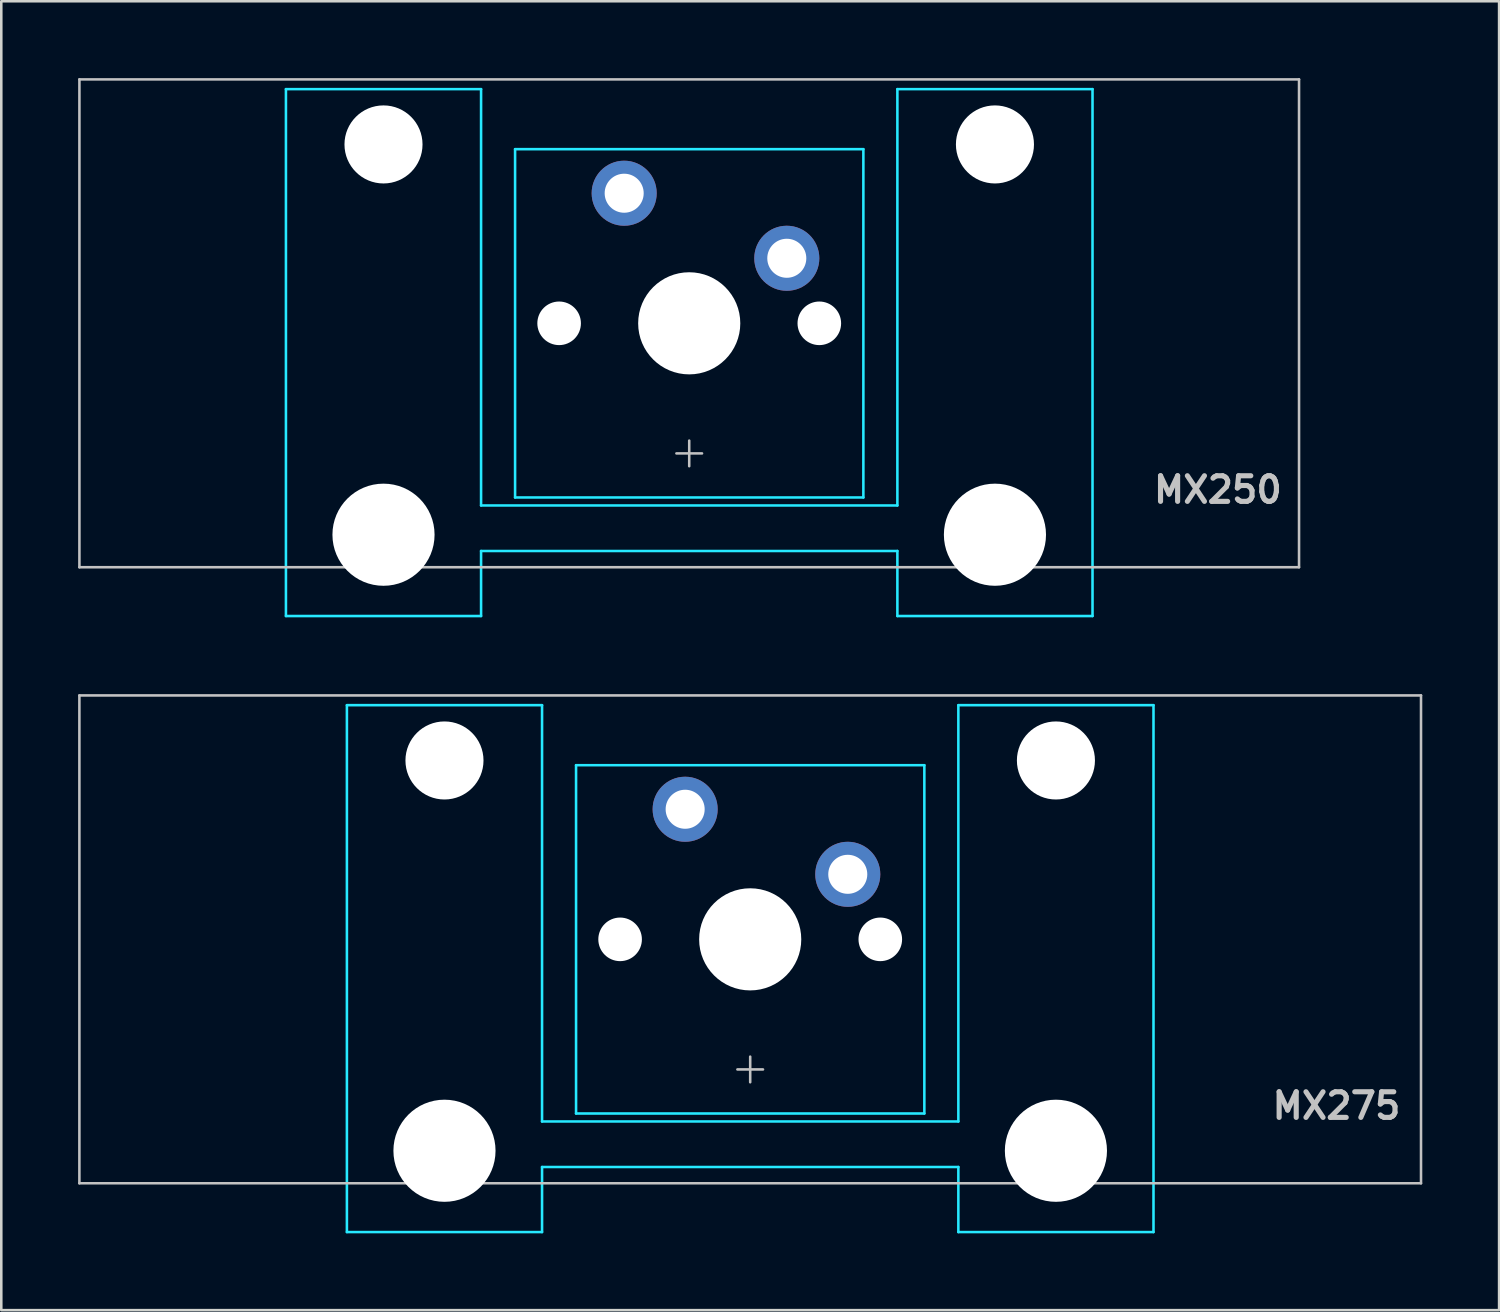
<source format=kicad_pcb>
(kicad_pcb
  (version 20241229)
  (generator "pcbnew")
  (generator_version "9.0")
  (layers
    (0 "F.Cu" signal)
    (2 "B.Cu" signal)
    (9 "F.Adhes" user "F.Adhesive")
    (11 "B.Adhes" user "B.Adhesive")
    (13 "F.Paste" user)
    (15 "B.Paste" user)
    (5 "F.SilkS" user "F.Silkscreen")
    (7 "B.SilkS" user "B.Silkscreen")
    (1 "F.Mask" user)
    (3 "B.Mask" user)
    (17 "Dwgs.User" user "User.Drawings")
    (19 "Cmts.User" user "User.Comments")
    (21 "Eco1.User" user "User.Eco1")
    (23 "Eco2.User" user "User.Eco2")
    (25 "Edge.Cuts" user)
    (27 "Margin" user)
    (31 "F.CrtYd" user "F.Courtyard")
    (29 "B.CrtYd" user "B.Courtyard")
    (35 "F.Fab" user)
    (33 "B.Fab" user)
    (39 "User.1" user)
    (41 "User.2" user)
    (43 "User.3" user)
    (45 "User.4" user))
  (footprint "MX275"
    (layer "F.Cu")
    (at 26.244 33.63)
    (property "Reference" "MX275" (at 25.5 6.5 0) (layer "Dwgs.User") (effects (font (size 1 1) (thickness 0.2)) (justify right)))
    (attr through_hole)
    (fp_line (start -26.194 -9.525) (end -26.194 9.525) (stroke (width 0.1) (type solid)) (layer "Dwgs.User"))
    (fp_line (start -26.194 -9.525) (end 26.194 -9.525) (stroke (width 0.1) (type solid)) (layer "Dwgs.User"))
    (fp_line (start -26.194 9.525) (end 26.194 9.525) (stroke (width 0.1) (type solid)) (layer "Dwgs.User"))
    (fp_line (start -0.5 5.08) (end 0.5 5.08) (stroke (width 0.1) (type solid)) (layer "Dwgs.User"))
    (fp_line (start 0 5.58) (end 0 4.58) (stroke (width 0.1) (type solid)) (layer "Dwgs.User"))
    (fp_line (start 26.194 -9.525) (end 26.194 9.525) (stroke (width 0.1) (type solid)) (layer "Dwgs.User"))
    (fp_line (start -15.438 -5.485) (end -15.438 8.515) (stroke (width 0.1) (type solid)) (layer "Eco1.User"))
    (fp_line (start -14.938 -5.985) (end -8.938 -5.985) (stroke (width 0.1) (type solid)) (layer "Eco1.User"))
    (fp_line (start -8.938 9.015) (end -14.938 9.015) (stroke (width 0.1) (type solid)) (layer "Eco1.User"))
    (fp_line (start -8.438 8.515) (end -8.438 -5.485) (stroke (width 0.1) (type solid)) (layer "Eco1.User"))
    (fp_line (start -7 -6.5) (end -7 6.5) (stroke (width 0.1) (type solid)) (layer "Eco1.User"))
    (fp_line (start -6.5 7) (end 6.5 7) (stroke (width 0.1) (type solid)) (layer "Eco1.User"))
    (fp_line (start 6.5 -7) (end -6.5 -7) (stroke (width 0.1) (type solid)) (layer "Eco1.User"))
    (fp_line (start 7 6.5) (end 7 -6.5) (stroke (width 0.1) (type solid)) (layer "Eco1.User"))
    (fp_line (start 8.438 -5.485) (end 8.438 8.515) (stroke (width 0.1) (type solid)) (layer "Eco1.User"))
    (fp_line (start 8.938 -5.985) (end 14.938 -5.985) (stroke (width 0.1) (type solid)) (layer "Eco1.User"))
    (fp_line (start 14.938 9.015) (end 8.938 9.015) (stroke (width 0.1) (type solid)) (layer "Eco1.User"))
    (fp_line (start 15.438 8.515) (end 15.438 -5.485) (stroke (width 0.1) (type solid)) (layer "Eco1.User"))
    (fp_arc (start -15.438 -5.485) (mid -15.291553 -5.838553) (end -14.938 -5.985) (stroke (width 0.1) (type solid)) (layer "Eco1.User"))
    (fp_arc (start -14.938 9.015) (mid -15.291553 8.868553) (end -15.438 8.515) (stroke (width 0.1) (type solid)) (layer "Eco1.User"))
    (fp_arc (start -8.938 -5.985) (mid -8.584447 -5.838553) (end -8.438 -5.485) (stroke (width 0.1) (type solid)) (layer "Eco1.User"))
    (fp_arc (start -8.438 8.515) (mid -8.584447 8.868553) (end -8.938 9.015) (stroke (width 0.1) (type solid)) (layer "Eco1.User"))
    (fp_arc (start -7 -6.5) (mid -6.853553 -6.853553) (end -6.5 -7) (stroke (width 0.1) (type solid)) (layer "Eco1.User"))
    (fp_arc (start -6.5 7) (mid -6.853553 6.853553) (end -7 6.5) (stroke (width 0.1) (type solid)) (layer "Eco1.User"))
    (fp_arc (start 6.5 -7) (mid 6.853553 -6.853553) (end 7 -6.5) (stroke (width 0.1) (type solid)) (layer "Eco1.User"))
    (fp_arc (start 7 6.5) (mid 6.853553 6.853553) (end 6.5 7) (stroke (width 0.1) (type solid)) (layer "Eco1.User"))
    (fp_arc (start 8.438 -5.485) (mid 8.584447 -5.838553) (end 8.938 -5.985) (stroke (width 0.1) (type solid)) (layer "Eco1.User"))
    (fp_arc (start 8.938 9.015) (mid 8.584447 8.868553) (end 8.438 8.515) (stroke (width 0.1) (type solid)) (layer "Eco1.User"))
    (fp_arc (start 14.938 -5.985) (mid 15.291553 -5.838553) (end 15.438 -5.485) (stroke (width 0.1) (type solid)) (layer "Eco1.User"))
    (fp_arc (start 15.438 8.515) (mid 15.291553 8.868553) (end 14.938 9.015) (stroke (width 0.1) (type solid)) (layer "Eco1.User"))
    (fp_line (start -15.748 -9.144) (end -8.128 -9.144) (stroke (width 0.1) (type solid)) (layer "B.CrtYd"))
    (fp_line (start -15.748 11.43) (end -15.748 -9.144) (stroke (width 0.1) (type solid)) (layer "B.CrtYd"))
    (fp_line (start -8.128 -9.144) (end -8.128 7.112) (stroke (width 0.1) (type solid)) (layer "B.CrtYd"))
    (fp_line (start -8.128 7.112) (end 8.128 7.112) (stroke (width 0.1) (type solid)) (layer "B.CrtYd"))
    (fp_line (start -8.128 8.89) (end 8.128 8.89) (stroke (width 0.1) (type solid)) (layer "B.CrtYd"))
    (fp_line (start -8.128 11.43) (end -15.748 11.43) (stroke (width 0.1) (type solid)) (layer "B.CrtYd"))
    (fp_line (start -8.128 11.43) (end -8.128 8.89) (stroke (width 0.1) (type solid)) (layer "B.CrtYd"))
    (fp_line (start -6.8 6.8) (end -6.8 -6.8) (stroke (width 0.1) (type solid)) (layer "B.CrtYd"))
    (fp_line (start 6.8 -6.8) (end -6.8 -6.8) (stroke (width 0.1) (type solid)) (layer "B.CrtYd"))
    (fp_line (start 6.8 6.8) (end -6.8 6.8) (stroke (width 0.1) (type solid)) (layer "B.CrtYd"))
    (fp_line (start 6.8 6.8) (end 6.8 -6.8) (stroke (width 0.1) (type solid)) (layer "B.CrtYd"))
    (fp_line (start 8.128 -9.144) (end 8.128 7.112) (stroke (width 0.1) (type solid)) (layer "B.CrtYd"))
    (fp_line (start 8.128 -9.144) (end 15.748 -9.144) (stroke (width 0.1) (type solid)) (layer "B.CrtYd"))
    (fp_line (start 8.128 11.43) (end 8.128 8.89) (stroke (width 0.1) (type solid)) (layer "B.CrtYd"))
    (fp_line (start 15.748 -9.144) (end 15.748 11.43) (stroke (width 0.1) (type solid)) (layer "B.CrtYd"))
    (fp_line (start 15.748 11.43) (end 8.128 11.43) (stroke (width 0.1) (type solid)) (layer "B.CrtYd"))
    (pad "" np_thru_hole circle (at -11.938 -6.985) (size 3.048 3.048) (drill 3.048) (layers "*.Cu" "*.Mask"))
    (pad "" np_thru_hole circle (at -11.938 8.255) (size 3.988 3.988) (drill 3.988) (layers "*.Cu" "*.Mask"))
    (pad "" np_thru_hole circle (at -5.08 0) (size 1.702 1.702) (drill 1.702) (layers "*.Cu" "*.Mask"))
    (pad "" connect circle (at -2.54 -5.08) (size 1.524 1.524) (layers "B.Mask"))
    (pad "" np_thru_hole circle (at 0 0) (size 3.988 3.988) (drill 3.988) (layers "*.Cu" "*.Mask"))
    (pad "" connect circle (at 3.81 -2.54) (size 1.524 1.524) (layers "B.Mask"))
    (pad "" np_thru_hole circle (at 5.08 0) (size 1.702 1.702) (drill 1.702) (layers "*.Cu" "*.Mask"))
    (pad "" np_thru_hole circle (at 11.938 -6.985) (size 3.048 3.048) (drill 3.048) (layers "*.Cu" "*.Mask"))
    (pad "" np_thru_hole circle (at 11.938 8.255) (size 3.988 3.988) (drill 3.988) (layers "*.Cu" "*.Mask"))
    (pad "1" thru_hole circle (at -2.54 -5.08) (size 2.54 2.54) (drill 1.524) (layers "*.Cu" "F.Mask"))
    (pad "2" thru_hole circle (at 3.81 -2.54) (size 2.54 2.54) (drill 1.524) (layers "*.Cu" "F.Mask")))
  (footprint "MX250"
    (layer "F.Cu")
    (at 23.863 9.575)
    (property "Reference" "MX250" (at 23.25 6.5 0) (layer "Dwgs.User") (effects (font (size 1 1) (thickness 0.2)) (justify right)))
    (attr through_hole)
    (fp_line (start -23.812 -9.525) (end -23.812 9.525) (stroke (width 0.1) (type solid)) (layer "Dwgs.User"))
    (fp_line (start -23.812 -9.525) (end 23.812 -9.525) (stroke (width 0.1) (type solid)) (layer "Dwgs.User"))
    (fp_line (start -23.812 9.525) (end 23.812 9.525) (stroke (width 0.1) (type solid)) (layer "Dwgs.User"))
    (fp_line (start -0.5 5.08) (end 0.5 5.08) (stroke (width 0.1) (type solid)) (layer "Dwgs.User"))
    (fp_line (start 0 5.58) (end 0 4.58) (stroke (width 0.1) (type solid)) (layer "Dwgs.User"))
    (fp_line (start 23.812 -9.525) (end 23.812 9.525) (stroke (width 0.1) (type solid)) (layer "Dwgs.User"))
    (fp_line (start -15.438 -5.485) (end -15.438 8.515) (stroke (width 0.1) (type solid)) (layer "Eco1.User"))
    (fp_line (start -14.938 -5.985) (end -8.938 -5.985) (stroke (width 0.1) (type solid)) (layer "Eco1.User"))
    (fp_line (start -8.938 9.015) (end -14.938 9.015) (stroke (width 0.1) (type solid)) (layer "Eco1.User"))
    (fp_line (start -8.438 8.515) (end -8.438 -5.485) (stroke (width 0.1) (type solid)) (layer "Eco1.User"))
    (fp_line (start -7 -6.5) (end -7 6.5) (stroke (width 0.1) (type solid)) (layer "Eco1.User"))
    (fp_line (start -6.5 7) (end 6.5 7) (stroke (width 0.1) (type solid)) (layer "Eco1.User"))
    (fp_line (start 6.5 -7) (end -6.5 -7) (stroke (width 0.1) (type solid)) (layer "Eco1.User"))
    (fp_line (start 7 6.5) (end 7 -6.5) (stroke (width 0.1) (type solid)) (layer "Eco1.User"))
    (fp_line (start 8.438 -5.485) (end 8.438 8.515) (stroke (width 0.1) (type solid)) (layer "Eco1.User"))
    (fp_line (start 8.938 -5.985) (end 14.938 -5.985) (stroke (width 0.1) (type solid)) (layer "Eco1.User"))
    (fp_line (start 14.938 9.015) (end 8.938 9.015) (stroke (width 0.1) (type solid)) (layer "Eco1.User"))
    (fp_line (start 15.438 8.515) (end 15.438 -5.485) (stroke (width 0.1) (type solid)) (layer "Eco1.User"))
    (fp_arc (start -15.438 -5.485) (mid -15.291553 -5.838553) (end -14.938 -5.985) (stroke (width 0.1) (type solid)) (layer "Eco1.User"))
    (fp_arc (start -14.938 9.015) (mid -15.291553 8.868553) (end -15.438 8.515) (stroke (width 0.1) (type solid)) (layer "Eco1.User"))
    (fp_arc (start -8.938 -5.985) (mid -8.584447 -5.838553) (end -8.438 -5.485) (stroke (width 0.1) (type solid)) (layer "Eco1.User"))
    (fp_arc (start -8.438 8.515) (mid -8.584447 8.868553) (end -8.938 9.015) (stroke (width 0.1) (type solid)) (layer "Eco1.User"))
    (fp_arc (start -7 -6.5) (mid -6.853553 -6.853553) (end -6.5 -7) (stroke (width 0.1) (type solid)) (layer "Eco1.User"))
    (fp_arc (start -6.5 7) (mid -6.853553 6.853553) (end -7 6.5) (stroke (width 0.1) (type solid)) (layer "Eco1.User"))
    (fp_arc (start 6.5 -7) (mid 6.853553 -6.853553) (end 7 -6.5) (stroke (width 0.1) (type solid)) (layer "Eco1.User"))
    (fp_arc (start 7 6.5) (mid 6.853553 6.853553) (end 6.5 7) (stroke (width 0.1) (type solid)) (layer "Eco1.User"))
    (fp_arc (start 8.438 -5.485) (mid 8.584447 -5.838553) (end 8.938 -5.985) (stroke (width 0.1) (type solid)) (layer "Eco1.User"))
    (fp_arc (start 8.938 9.015) (mid 8.584447 8.868553) (end 8.438 8.515) (stroke (width 0.1) (type solid)) (layer "Eco1.User"))
    (fp_arc (start 14.938 -5.985) (mid 15.291553 -5.838553) (end 15.438 -5.485) (stroke (width 0.1) (type solid)) (layer "Eco1.User"))
    (fp_arc (start 15.438 8.515) (mid 15.291553 8.868553) (end 14.938 9.015) (stroke (width 0.1) (type solid)) (layer "Eco1.User"))
    (fp_line (start -15.748 -9.144) (end -8.128 -9.144) (stroke (width 0.1) (type solid)) (layer "B.CrtYd"))
    (fp_line (start -15.748 11.43) (end -15.748 -9.144) (stroke (width 0.1) (type solid)) (layer "B.CrtYd"))
    (fp_line (start -8.128 -9.144) (end -8.128 7.112) (stroke (width 0.1) (type solid)) (layer "B.CrtYd"))
    (fp_line (start -8.128 7.112) (end 8.128 7.112) (stroke (width 0.1) (type solid)) (layer "B.CrtYd"))
    (fp_line (start -8.128 8.89) (end 8.128 8.89) (stroke (width 0.1) (type solid)) (layer "B.CrtYd"))
    (fp_line (start -8.128 11.43) (end -15.748 11.43) (stroke (width 0.1) (type solid)) (layer "B.CrtYd"))
    (fp_line (start -8.128 11.43) (end -8.128 8.89) (stroke (width 0.1) (type solid)) (layer "B.CrtYd"))
    (fp_line (start -6.8 6.8) (end -6.8 -6.8) (stroke (width 0.1) (type solid)) (layer "B.CrtYd"))
    (fp_line (start 6.8 -6.8) (end -6.8 -6.8) (stroke (width 0.1) (type solid)) (layer "B.CrtYd"))
    (fp_line (start 6.8 6.8) (end -6.8 6.8) (stroke (width 0.1) (type solid)) (layer "B.CrtYd"))
    (fp_line (start 6.8 6.8) (end 6.8 -6.8) (stroke (width 0.1) (type solid)) (layer "B.CrtYd"))
    (fp_line (start 8.128 -9.144) (end 8.128 7.112) (stroke (width 0.1) (type solid)) (layer "B.CrtYd"))
    (fp_line (start 8.128 -9.144) (end 15.748 -9.144) (stroke (width 0.1) (type solid)) (layer "B.CrtYd"))
    (fp_line (start 8.128 11.43) (end 8.128 8.89) (stroke (width 0.1) (type solid)) (layer "B.CrtYd"))
    (fp_line (start 15.748 -9.144) (end 15.748 11.43) (stroke (width 0.1) (type solid)) (layer "B.CrtYd"))
    (fp_line (start 15.748 11.43) (end 8.128 11.43) (stroke (width 0.1) (type solid)) (layer "B.CrtYd"))
    (pad "" np_thru_hole circle (at -11.938 -6.985) (size 3.048 3.048) (drill 3.048) (layers "*.Cu" "*.Mask"))
    (pad "" np_thru_hole circle (at -11.938 8.255) (size 3.988 3.988) (drill 3.988) (layers "*.Cu" "*.Mask"))
    (pad "" np_thru_hole circle (at -5.08 0) (size 1.702 1.702) (drill 1.702) (layers "*.Cu" "*.Mask"))
    (pad "" connect circle (at -2.54 -5.08) (size 1.524 1.524) (layers "B.Mask"))
    (pad "" np_thru_hole circle (at 0 0) (size 3.988 3.988) (drill 3.988) (layers "*.Cu" "*.Mask"))
    (pad "" connect circle (at 3.81 -2.54) (size 1.524 1.524) (layers "B.Mask"))
    (pad "" np_thru_hole circle (at 5.08 0) (size 1.702 1.702) (drill 1.702) (layers "*.Cu" "*.Mask"))
    (pad "" np_thru_hole circle (at 11.938 -6.985) (size 3.048 3.048) (drill 3.048) (layers "*.Cu" "*.Mask"))
    (pad "" np_thru_hole circle (at 11.938 8.255) (size 3.988 3.988) (drill 3.988) (layers "*.Cu" "*.Mask"))
    (pad "1" thru_hole circle (at -2.54 -5.08) (size 2.54 2.54) (drill 1.524) (layers "*.Cu" "F.Mask"))
    (pad "2" thru_hole circle (at 3.81 -2.54) (size 2.54 2.54) (drill 1.524) (layers "*.Cu" "F.Mask")))
  (gr_rect
    (start -3 -3)
    (end 55.487 48.11)
    (stroke (width 0.1) (type default))
    (fill no)
    (layer "Edge.Cuts")))
</source>
